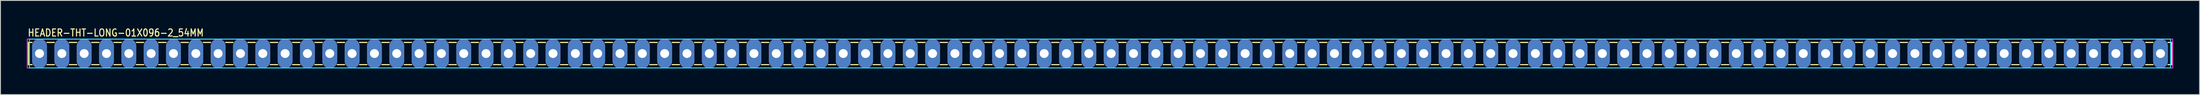
<source format=kicad_pcb>
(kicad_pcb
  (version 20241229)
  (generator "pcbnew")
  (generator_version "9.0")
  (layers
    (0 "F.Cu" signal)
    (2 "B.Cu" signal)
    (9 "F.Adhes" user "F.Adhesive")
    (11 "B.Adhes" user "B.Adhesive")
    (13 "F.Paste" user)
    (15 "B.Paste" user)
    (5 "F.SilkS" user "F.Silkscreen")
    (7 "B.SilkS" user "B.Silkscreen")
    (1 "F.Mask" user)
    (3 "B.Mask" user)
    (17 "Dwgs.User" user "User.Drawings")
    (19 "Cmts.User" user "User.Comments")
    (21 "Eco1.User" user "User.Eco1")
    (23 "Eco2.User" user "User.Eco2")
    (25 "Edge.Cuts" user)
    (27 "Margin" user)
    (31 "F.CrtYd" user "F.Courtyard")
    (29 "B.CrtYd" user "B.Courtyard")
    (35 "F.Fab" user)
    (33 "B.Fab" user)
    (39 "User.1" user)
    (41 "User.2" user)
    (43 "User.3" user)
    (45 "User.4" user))
  (footprint "HEADER-THT-LONG-01X096-2_54MM"
    (layer "F.Cu")
    (at 1.447 3.079)
    (property "Reference" "HEADER-THT-LONG-01X096-2_54MM" (at -1.4 -1.9 0) (unlocked yes) (layer "F.SilkS") (effects (font (size 0.813 0.695) (thickness 0.122)) (justify left bottom)))
    (fp_line (start -1.27 -1.27) (end -1.27 1.27) (stroke (width 0.127) (type solid)) (layer "F.SilkS"))
    (fp_line (start -1.27 1.27) (end -0.85 1.27) (stroke (width 0.127) (type solid)) (layer "F.SilkS"))
    (fp_line (start -0.85 -1.27) (end -1.27 -1.27) (stroke (width 0.127) (type solid)) (layer "F.SilkS"))
    (fp_line (start 0.85 -1.27) (end 1.69 -1.27) (stroke (width 0.127) (type solid)) (layer "F.SilkS"))
    (fp_line (start 0.85 1.27) (end 1.69 1.27) (stroke (width 0.127) (type solid)) (layer "F.SilkS"))
    (fp_line (start 3.39 -1.27) (end 4.23 -1.27) (stroke (width 0.127) (type solid)) (layer "F.SilkS"))
    (fp_line (start 3.39 1.27) (end 4.23 1.27) (stroke (width 0.127) (type solid)) (layer "F.SilkS"))
    (fp_line (start 5.93 -1.27) (end 6.77 -1.27) (stroke (width 0.127) (type solid)) (layer "F.SilkS"))
    (fp_line (start 5.93 1.27) (end 6.77 1.27) (stroke (width 0.127) (type solid)) (layer "F.SilkS"))
    (fp_line (start 8.47 -1.27) (end 9.31 -1.27) (stroke (width 0.127) (type solid)) (layer "F.SilkS"))
    (fp_line (start 8.47 1.27) (end 9.31 1.27) (stroke (width 0.127) (type solid)) (layer "F.SilkS"))
    (fp_line (start 11.01 -1.27) (end 11.85 -1.27) (stroke (width 0.127) (type solid)) (layer "F.SilkS"))
    (fp_line (start 11.01 1.27) (end 11.85 1.27) (stroke (width 0.127) (type solid)) (layer "F.SilkS"))
    (fp_line (start 13.55 -1.27) (end 14.39 -1.27) (stroke (width 0.127) (type solid)) (layer "F.SilkS"))
    (fp_line (start 13.55 1.27) (end 14.39 1.27) (stroke (width 0.127) (type solid)) (layer "F.SilkS"))
    (fp_line (start 16.09 -1.27) (end 16.93 -1.27) (stroke (width 0.127) (type solid)) (layer "F.SilkS"))
    (fp_line (start 16.09 1.27) (end 16.93 1.27) (stroke (width 0.127) (type solid)) (layer "F.SilkS"))
    (fp_line (start 18.63 -1.27) (end 19.47 -1.27) (stroke (width 0.127) (type solid)) (layer "F.SilkS"))
    (fp_line (start 18.63 1.27) (end 19.47 1.27) (stroke (width 0.127) (type solid)) (layer "F.SilkS"))
    (fp_line (start 21.17 -1.27) (end 22.01 -1.27) (stroke (width 0.127) (type solid)) (layer "F.SilkS"))
    (fp_line (start 21.17 1.27) (end 22.01 1.27) (stroke (width 0.127) (type solid)) (layer "F.SilkS"))
    (fp_line (start 23.71 -1.27) (end 24.55 -1.27) (stroke (width 0.127) (type solid)) (layer "F.SilkS"))
    (fp_line (start 23.71 1.27) (end 24.55 1.27) (stroke (width 0.127) (type solid)) (layer "F.SilkS"))
    (fp_line (start 26.25 -1.27) (end 27.09 -1.27) (stroke (width 0.127) (type solid)) (layer "F.SilkS"))
    (fp_line (start 26.25 1.27) (end 27.09 1.27) (stroke (width 0.127) (type solid)) (layer "F.SilkS"))
    (fp_line (start 28.79 -1.27) (end 29.63 -1.27) (stroke (width 0.127) (type solid)) (layer "F.SilkS"))
    (fp_line (start 28.79 1.27) (end 29.63 1.27) (stroke (width 0.127) (type solid)) (layer "F.SilkS"))
    (fp_line (start 31.33 -1.27) (end 32.17 -1.27) (stroke (width 0.127) (type solid)) (layer "F.SilkS"))
    (fp_line (start 31.33 1.27) (end 32.17 1.27) (stroke (width 0.127) (type solid)) (layer "F.SilkS"))
    (fp_line (start 33.87 -1.27) (end 34.71 -1.27) (stroke (width 0.127) (type solid)) (layer "F.SilkS"))
    (fp_line (start 33.87 1.27) (end 34.71 1.27) (stroke (width 0.127) (type solid)) (layer "F.SilkS"))
    (fp_line (start 36.41 -1.27) (end 37.25 -1.27) (stroke (width 0.127) (type solid)) (layer "F.SilkS"))
    (fp_line (start 36.41 1.27) (end 37.25 1.27) (stroke (width 0.127) (type solid)) (layer "F.SilkS"))
    (fp_line (start 38.95 -1.27) (end 39.79 -1.27) (stroke (width 0.127) (type solid)) (layer "F.SilkS"))
    (fp_line (start 38.95 1.27) (end 39.79 1.27) (stroke (width 0.127) (type solid)) (layer "F.SilkS"))
    (fp_line (start 41.49 -1.27) (end 42.33 -1.27) (stroke (width 0.127) (type solid)) (layer "F.SilkS"))
    (fp_line (start 41.49 1.27) (end 42.33 1.27) (stroke (width 0.127) (type solid)) (layer "F.SilkS"))
    (fp_line (start 44.03 -1.27) (end 44.87 -1.27) (stroke (width 0.127) (type solid)) (layer "F.SilkS"))
    (fp_line (start 44.03 1.27) (end 44.87 1.27) (stroke (width 0.127) (type solid)) (layer "F.SilkS"))
    (fp_line (start 46.57 -1.27) (end 47.41 -1.27) (stroke (width 0.127) (type solid)) (layer "F.SilkS"))
    (fp_line (start 46.57 1.27) (end 47.41 1.27) (stroke (width 0.127) (type solid)) (layer "F.SilkS"))
    (fp_line (start 49.11 -1.27) (end 49.95 -1.27) (stroke (width 0.127) (type solid)) (layer "F.SilkS"))
    (fp_line (start 49.11 1.27) (end 49.95 1.27) (stroke (width 0.127) (type solid)) (layer "F.SilkS"))
    (fp_line (start 51.65 -1.27) (end 52.49 -1.27) (stroke (width 0.127) (type solid)) (layer "F.SilkS"))
    (fp_line (start 51.65 1.27) (end 52.49 1.27) (stroke (width 0.127) (type solid)) (layer "F.SilkS"))
    (fp_line (start 54.19 -1.27) (end 55.03 -1.27) (stroke (width 0.127) (type solid)) (layer "F.SilkS"))
    (fp_line (start 54.19 1.27) (end 55.03 1.27) (stroke (width 0.127) (type solid)) (layer "F.SilkS"))
    (fp_line (start 56.73 -1.27) (end 57.57 -1.27) (stroke (width 0.127) (type solid)) (layer "F.SilkS"))
    (fp_line (start 56.73 1.27) (end 57.57 1.27) (stroke (width 0.127) (type solid)) (layer "F.SilkS"))
    (fp_line (start 59.27 -1.27) (end 60.11 -1.27) (stroke (width 0.127) (type solid)) (layer "F.SilkS"))
    (fp_line (start 59.27 1.27) (end 60.11 1.27) (stroke (width 0.127) (type solid)) (layer "F.SilkS"))
    (fp_line (start 61.81 -1.27) (end 62.65 -1.27) (stroke (width 0.127) (type solid)) (layer "F.SilkS"))
    (fp_line (start 61.81 1.27) (end 62.65 1.27) (stroke (width 0.127) (type solid)) (layer "F.SilkS"))
    (fp_line (start 64.35 -1.27) (end 65.19 -1.27) (stroke (width 0.127) (type solid)) (layer "F.SilkS"))
    (fp_line (start 64.35 1.27) (end 65.19 1.27) (stroke (width 0.127) (type solid)) (layer "F.SilkS"))
    (fp_line (start 66.89 -1.27) (end 67.73 -1.27) (stroke (width 0.127) (type solid)) (layer "F.SilkS"))
    (fp_line (start 66.89 1.27) (end 67.73 1.27) (stroke (width 0.127) (type solid)) (layer "F.SilkS"))
    (fp_line (start 69.43 -1.27) (end 70.27 -1.27) (stroke (width 0.127) (type solid)) (layer "F.SilkS"))
    (fp_line (start 69.43 1.27) (end 70.27 1.27) (stroke (width 0.127) (type solid)) (layer "F.SilkS"))
    (fp_line (start 71.97 -1.27) (end 72.81 -1.27) (stroke (width 0.127) (type solid)) (layer "F.SilkS"))
    (fp_line (start 71.97 1.27) (end 72.81 1.27) (stroke (width 0.127) (type solid)) (layer "F.SilkS"))
    (fp_line (start 74.51 -1.27) (end 75.35 -1.27) (stroke (width 0.127) (type solid)) (layer "F.SilkS"))
    (fp_line (start 74.51 1.27) (end 75.35 1.27) (stroke (width 0.127) (type solid)) (layer "F.SilkS"))
    (fp_line (start 77.05 -1.27) (end 77.89 -1.27) (stroke (width 0.127) (type solid)) (layer "F.SilkS"))
    (fp_line (start 77.05 1.27) (end 77.89 1.27) (stroke (width 0.127) (type solid)) (layer "F.SilkS"))
    (fp_line (start 79.59 -1.27) (end 80.43 -1.27) (stroke (width 0.127) (type solid)) (layer "F.SilkS"))
    (fp_line (start 79.59 1.27) (end 80.43 1.27) (stroke (width 0.127) (type solid)) (layer "F.SilkS"))
    (fp_line (start 82.13 -1.27) (end 82.97 -1.27) (stroke (width 0.127) (type solid)) (layer "F.SilkS"))
    (fp_line (start 82.13 1.27) (end 82.97 1.27) (stroke (width 0.127) (type solid)) (layer "F.SilkS"))
    (fp_line (start 84.67 -1.27) (end 85.51 -1.27) (stroke (width 0.127) (type solid)) (layer "F.SilkS"))
    (fp_line (start 84.67 1.27) (end 85.51 1.27) (stroke (width 0.127) (type solid)) (layer "F.SilkS"))
    (fp_line (start 87.21 -1.27) (end 88.05 -1.27) (stroke (width 0.127) (type solid)) (layer "F.SilkS"))
    (fp_line (start 87.21 1.27) (end 88.05 1.27) (stroke (width 0.127) (type solid)) (layer "F.SilkS"))
    (fp_line (start 89.75 -1.27) (end 90.59 -1.27) (stroke (width 0.127) (type solid)) (layer "F.SilkS"))
    (fp_line (start 89.75 1.27) (end 90.59 1.27) (stroke (width 0.127) (type solid)) (layer "F.SilkS"))
    (fp_line (start 92.29 -1.27) (end 93.13 -1.27) (stroke (width 0.127) (type solid)) (layer "F.SilkS"))
    (fp_line (start 92.29 1.27) (end 93.13 1.27) (stroke (width 0.127) (type solid)) (layer "F.SilkS"))
    (fp_line (start 94.83 -1.27) (end 95.67 -1.27) (stroke (width 0.127) (type solid)) (layer "F.SilkS"))
    (fp_line (start 94.83 1.27) (end 95.67 1.27) (stroke (width 0.127) (type solid)) (layer "F.SilkS"))
    (fp_line (start 97.37 -1.27) (end 98.21 -1.27) (stroke (width 0.127) (type solid)) (layer "F.SilkS"))
    (fp_line (start 97.37 1.27) (end 98.21 1.27) (stroke (width 0.127) (type solid)) (layer "F.SilkS"))
    (fp_line (start 99.91 -1.27) (end 100.75 -1.27) (stroke (width 0.127) (type solid)) (layer "F.SilkS"))
    (fp_line (start 99.91 1.27) (end 100.75 1.27) (stroke (width 0.127) (type solid)) (layer "F.SilkS"))
    (fp_line (start 102.45 -1.27) (end 103.29 -1.27) (stroke (width 0.127) (type solid)) (layer "F.SilkS"))
    (fp_line (start 102.45 1.27) (end 103.29 1.27) (stroke (width 0.127) (type solid)) (layer "F.SilkS"))
    (fp_line (start 104.99 -1.27) (end 105.83 -1.27) (stroke (width 0.127) (type solid)) (layer "F.SilkS"))
    (fp_line (start 104.99 1.27) (end 105.83 1.27) (stroke (width 0.127) (type solid)) (layer "F.SilkS"))
    (fp_line (start 107.53 -1.27) (end 108.37 -1.27) (stroke (width 0.127) (type solid)) (layer "F.SilkS"))
    (fp_line (start 107.53 1.27) (end 108.37 1.27) (stroke (width 0.127) (type solid)) (layer "F.SilkS"))
    (fp_line (start 110.07 -1.27) (end 110.91 -1.27) (stroke (width 0.127) (type solid)) (layer "F.SilkS"))
    (fp_line (start 110.07 1.27) (end 110.91 1.27) (stroke (width 0.127) (type solid)) (layer "F.SilkS"))
    (fp_line (start 112.61 -1.27) (end 113.45 -1.27) (stroke (width 0.127) (type solid)) (layer "F.SilkS"))
    (fp_line (start 112.61 1.27) (end 113.45 1.27) (stroke (width 0.127) (type solid)) (layer "F.SilkS"))
    (fp_line (start 115.15 -1.27) (end 115.99 -1.27) (stroke (width 0.127) (type solid)) (layer "F.SilkS"))
    (fp_line (start 115.15 1.27) (end 115.99 1.27) (stroke (width 0.127) (type solid)) (layer "F.SilkS"))
    (fp_line (start 117.69 -1.27) (end 118.53 -1.27) (stroke (width 0.127) (type solid)) (layer "F.SilkS"))
    (fp_line (start 117.69 1.27) (end 118.53 1.27) (stroke (width 0.127) (type solid)) (layer "F.SilkS"))
    (fp_line (start 120.23 -1.27) (end 121.07 -1.27) (stroke (width 0.127) (type solid)) (layer "F.SilkS"))
    (fp_line (start 120.23 1.27) (end 121.07 1.27) (stroke (width 0.127) (type solid)) (layer "F.SilkS"))
    (fp_line (start 122.77 -1.27) (end 123.61 -1.27) (stroke (width 0.127) (type solid)) (layer "F.SilkS"))
    (fp_line (start 122.77 1.27) (end 123.61 1.27) (stroke (width 0.127) (type solid)) (layer "F.SilkS"))
    (fp_line (start 125.31 -1.27) (end 126.15 -1.27) (stroke (width 0.127) (type solid)) (layer "F.SilkS"))
    (fp_line (start 125.31 1.27) (end 126.15 1.27) (stroke (width 0.127) (type solid)) (layer "F.SilkS"))
    (fp_line (start 127.85 -1.27) (end 128.69 -1.27) (stroke (width 0.127) (type solid)) (layer "F.SilkS"))
    (fp_line (start 127.85 1.27) (end 128.69 1.27) (stroke (width 0.127) (type solid)) (layer "F.SilkS"))
    (fp_line (start 130.39 -1.27) (end 131.23 -1.27) (stroke (width 0.127) (type solid)) (layer "F.SilkS"))
    (fp_line (start 130.39 1.27) (end 131.23 1.27) (stroke (width 0.127) (type solid)) (layer "F.SilkS"))
    (fp_line (start 132.93 -1.27) (end 133.77 -1.27) (stroke (width 0.127) (type solid)) (layer "F.SilkS"))
    (fp_line (start 132.93 1.27) (end 133.77 1.27) (stroke (width 0.127) (type solid)) (layer "F.SilkS"))
    (fp_line (start 135.47 -1.27) (end 136.31 -1.27) (stroke (width 0.127) (type solid)) (layer "F.SilkS"))
    (fp_line (start 135.47 1.27) (end 136.31 1.27) (stroke (width 0.127) (type solid)) (layer "F.SilkS"))
    (fp_line (start 138.01 -1.27) (end 138.85 -1.27) (stroke (width 0.127) (type solid)) (layer "F.SilkS"))
    (fp_line (start 138.01 1.27) (end 138.85 1.27) (stroke (width 0.127) (type solid)) (layer "F.SilkS"))
    (fp_line (start 140.55 -1.27) (end 141.39 -1.27) (stroke (width 0.127) (type solid)) (layer "F.SilkS"))
    (fp_line (start 140.55 1.27) (end 141.39 1.27) (stroke (width 0.127) (type solid)) (layer "F.SilkS"))
    (fp_line (start 143.09 -1.27) (end 143.93 -1.27) (stroke (width 0.127) (type solid)) (layer "F.SilkS"))
    (fp_line (start 143.09 1.27) (end 143.93 1.27) (stroke (width 0.127) (type solid)) (layer "F.SilkS"))
    (fp_line (start 145.63 -1.27) (end 146.47 -1.27) (stroke (width 0.127) (type solid)) (layer "F.SilkS"))
    (fp_line (start 145.63 1.27) (end 146.47 1.27) (stroke (width 0.127) (type solid)) (layer "F.SilkS"))
    (fp_line (start 148.17 -1.27) (end 149.01 -1.27) (stroke (width 0.127) (type solid)) (layer "F.SilkS"))
    (fp_line (start 148.17 1.27) (end 149.01 1.27) (stroke (width 0.127) (type solid)) (layer "F.SilkS"))
    (fp_line (start 150.71 -1.27) (end 151.55 -1.27) (stroke (width 0.127) (type solid)) (layer "F.SilkS"))
    (fp_line (start 150.71 1.27) (end 151.55 1.27) (stroke (width 0.127) (type solid)) (layer "F.SilkS"))
    (fp_line (start 153.25 -1.27) (end 154.09 -1.27) (stroke (width 0.127) (type solid)) (layer "F.SilkS"))
    (fp_line (start 153.25 1.27) (end 154.09 1.27) (stroke (width 0.127) (type solid)) (layer "F.SilkS"))
    (fp_line (start 155.79 -1.27) (end 156.63 -1.27) (stroke (width 0.127) (type solid)) (layer "F.SilkS"))
    (fp_line (start 155.79 1.27) (end 156.63 1.27) (stroke (width 0.127) (type solid)) (layer "F.SilkS"))
    (fp_line (start 158.33 -1.27) (end 159.17 -1.27) (stroke (width 0.127) (type solid)) (layer "F.SilkS"))
    (fp_line (start 158.33 1.27) (end 159.17 1.27) (stroke (width 0.127) (type solid)) (layer "F.SilkS"))
    (fp_line (start 160.87 -1.27) (end 161.71 -1.27) (stroke (width 0.127) (type solid)) (layer "F.SilkS"))
    (fp_line (start 160.87 1.27) (end 161.71 1.27) (stroke (width 0.127) (type solid)) (layer "F.SilkS"))
    (fp_line (start 163.41 -1.27) (end 164.25 -1.27) (stroke (width 0.127) (type solid)) (layer "F.SilkS"))
    (fp_line (start 163.41 1.27) (end 164.25 1.27) (stroke (width 0.127) (type solid)) (layer "F.SilkS"))
    (fp_line (start 165.95 -1.27) (end 166.79 -1.27) (stroke (width 0.127) (type solid)) (layer "F.SilkS"))
    (fp_line (start 165.95 1.27) (end 166.79 1.27) (stroke (width 0.127) (type solid)) (layer "F.SilkS"))
    (fp_line (start 168.49 -1.27) (end 169.33 -1.27) (stroke (width 0.127) (type solid)) (layer "F.SilkS"))
    (fp_line (start 168.49 1.27) (end 169.33 1.27) (stroke (width 0.127) (type solid)) (layer "F.SilkS"))
    (fp_line (start 171.03 -1.27) (end 171.87 -1.27) (stroke (width 0.127) (type solid)) (layer "F.SilkS"))
    (fp_line (start 171.03 1.27) (end 171.87 1.27) (stroke (width 0.127) (type solid)) (layer "F.SilkS"))
    (fp_line (start 173.57 -1.27) (end 174.41 -1.27) (stroke (width 0.127) (type solid)) (layer "F.SilkS"))
    (fp_line (start 173.57 1.27) (end 174.41 1.27) (stroke (width 0.127) (type solid)) (layer "F.SilkS"))
    (fp_line (start 176.11 -1.27) (end 176.95 -1.27) (stroke (width 0.127) (type solid)) (layer "F.SilkS"))
    (fp_line (start 176.11 1.27) (end 176.95 1.27) (stroke (width 0.127) (type solid)) (layer "F.SilkS"))
    (fp_line (start 178.65 -1.27) (end 179.49 -1.27) (stroke (width 0.127) (type solid)) (layer "F.SilkS"))
    (fp_line (start 178.65 1.27) (end 179.49 1.27) (stroke (width 0.127) (type solid)) (layer "F.SilkS"))
    (fp_line (start 181.19 -1.27) (end 182.03 -1.27) (stroke (width 0.127) (type solid)) (layer "F.SilkS"))
    (fp_line (start 181.19 1.27) (end 182.03 1.27) (stroke (width 0.127) (type solid)) (layer "F.SilkS"))
    (fp_line (start 183.73 -1.27) (end 184.57 -1.27) (stroke (width 0.127) (type solid)) (layer "F.SilkS"))
    (fp_line (start 183.73 1.27) (end 184.57 1.27) (stroke (width 0.127) (type solid)) (layer "F.SilkS"))
    (fp_line (start 186.27 -1.27) (end 187.11 -1.27) (stroke (width 0.127) (type solid)) (layer "F.SilkS"))
    (fp_line (start 186.27 1.27) (end 187.11 1.27) (stroke (width 0.127) (type solid)) (layer "F.SilkS"))
    (fp_line (start 188.81 -1.27) (end 189.65 -1.27) (stroke (width 0.127) (type solid)) (layer "F.SilkS"))
    (fp_line (start 188.81 1.27) (end 189.65 1.27) (stroke (width 0.127) (type solid)) (layer "F.SilkS"))
    (fp_line (start 191.35 -1.27) (end 192.19 -1.27) (stroke (width 0.127) (type solid)) (layer "F.SilkS"))
    (fp_line (start 191.35 1.27) (end 192.19 1.27) (stroke (width 0.127) (type solid)) (layer "F.SilkS"))
    (fp_line (start 193.89 -1.27) (end 194.73 -1.27) (stroke (width 0.127) (type solid)) (layer "F.SilkS"))
    (fp_line (start 193.89 1.27) (end 194.73 1.27) (stroke (width 0.127) (type solid)) (layer "F.SilkS"))
    (fp_line (start 196.43 -1.27) (end 197.27 -1.27) (stroke (width 0.127) (type solid)) (layer "F.SilkS"))
    (fp_line (start 196.43 1.27) (end 197.27 1.27) (stroke (width 0.127) (type solid)) (layer "F.SilkS"))
    (fp_line (start 198.97 -1.27) (end 199.81 -1.27) (stroke (width 0.127) (type solid)) (layer "F.SilkS"))
    (fp_line (start 198.97 1.27) (end 199.81 1.27) (stroke (width 0.127) (type solid)) (layer "F.SilkS"))
    (fp_line (start 201.51 -1.27) (end 202.35 -1.27) (stroke (width 0.127) (type solid)) (layer "F.SilkS"))
    (fp_line (start 201.51 1.27) (end 202.35 1.27) (stroke (width 0.127) (type solid)) (layer "F.SilkS"))
    (fp_line (start 204.05 -1.27) (end 204.89 -1.27) (stroke (width 0.127) (type solid)) (layer "F.SilkS"))
    (fp_line (start 204.05 1.27) (end 204.89 1.27) (stroke (width 0.127) (type solid)) (layer "F.SilkS"))
    (fp_line (start 206.59 -1.27) (end 207.43 -1.27) (stroke (width 0.127) (type solid)) (layer "F.SilkS"))
    (fp_line (start 206.59 1.27) (end 207.43 1.27) (stroke (width 0.127) (type solid)) (layer "F.SilkS"))
    (fp_line (start 209.13 -1.27) (end 209.97 -1.27) (stroke (width 0.127) (type solid)) (layer "F.SilkS"))
    (fp_line (start 209.13 1.27) (end 209.97 1.27) (stroke (width 0.127) (type solid)) (layer "F.SilkS"))
    (fp_line (start 211.67 -1.27) (end 212.51 -1.27) (stroke (width 0.127) (type solid)) (layer "F.SilkS"))
    (fp_line (start 211.67 1.27) (end 212.51 1.27) (stroke (width 0.127) (type solid)) (layer "F.SilkS"))
    (fp_line (start 214.21 -1.27) (end 215.05 -1.27) (stroke (width 0.127) (type solid)) (layer "F.SilkS"))
    (fp_line (start 214.21 1.27) (end 215.05 1.27) (stroke (width 0.127) (type solid)) (layer "F.SilkS"))
    (fp_line (start 216.75 -1.27) (end 217.59 -1.27) (stroke (width 0.127) (type solid)) (layer "F.SilkS"))
    (fp_line (start 216.75 1.27) (end 217.59 1.27) (stroke (width 0.127) (type solid)) (layer "F.SilkS"))
    (fp_line (start 219.29 -1.27) (end 220.13 -1.27) (stroke (width 0.127) (type solid)) (layer "F.SilkS"))
    (fp_line (start 219.29 1.27) (end 220.13 1.27) (stroke (width 0.127) (type solid)) (layer "F.SilkS"))
    (fp_line (start 221.83 -1.27) (end 222.67 -1.27) (stroke (width 0.127) (type solid)) (layer "F.SilkS"))
    (fp_line (start 221.83 1.27) (end 222.67 1.27) (stroke (width 0.127) (type solid)) (layer "F.SilkS"))
    (fp_line (start 224.37 -1.27) (end 225.21 -1.27) (stroke (width 0.127) (type solid)) (layer "F.SilkS"))
    (fp_line (start 224.37 1.27) (end 225.21 1.27) (stroke (width 0.127) (type solid)) (layer "F.SilkS"))
    (fp_line (start 226.91 -1.27) (end 227.75 -1.27) (stroke (width 0.127) (type solid)) (layer "F.SilkS"))
    (fp_line (start 226.91 1.27) (end 227.75 1.27) (stroke (width 0.127) (type solid)) (layer "F.SilkS"))
    (fp_line (start 229.45 -1.27) (end 230.29 -1.27) (stroke (width 0.127) (type solid)) (layer "F.SilkS"))
    (fp_line (start 229.45 1.27) (end 230.29 1.27) (stroke (width 0.127) (type solid)) (layer "F.SilkS"))
    (fp_line (start 231.99 -1.27) (end 232.83 -1.27) (stroke (width 0.127) (type solid)) (layer "F.SilkS"))
    (fp_line (start 231.99 1.27) (end 232.83 1.27) (stroke (width 0.127) (type solid)) (layer "F.SilkS"))
    (fp_line (start 234.53 -1.27) (end 235.37 -1.27) (stroke (width 0.127) (type solid)) (layer "F.SilkS"))
    (fp_line (start 234.53 1.27) (end 235.37 1.27) (stroke (width 0.127) (type solid)) (layer "F.SilkS"))
    (fp_line (start 237.07 -1.27) (end 237.91 -1.27) (stroke (width 0.127) (type solid)) (layer "F.SilkS"))
    (fp_line (start 237.07 1.27) (end 237.91 1.27) (stroke (width 0.127) (type solid)) (layer "F.SilkS"))
    (fp_line (start 239.61 -1.27) (end 240.45 -1.27) (stroke (width 0.127) (type solid)) (layer "F.SilkS"))
    (fp_line (start 239.61 1.27) (end 240.45 1.27) (stroke (width 0.127) (type solid)) (layer "F.SilkS"))
    (fp_line (start 242.15 -1.27) (end 242.57 -1.27) (stroke (width 0.127) (type solid)) (layer "F.SilkS"))
    (fp_line (start 242.57 -1.27) (end 242.57 1.27) (stroke (width 0.127) (type solid)) (layer "F.SilkS"))
    (fp_line (start 242.57 1.27) (end 242.15 1.27) (stroke (width 0.127) (type solid)) (layer "F.SilkS"))
    (fp_poly (pts (xy -1.143 -1.651) (xy 242.443 -1.651) (xy 242.443 1.651) (xy -1.143 1.651)) (stroke (width 0.1) (type solid)) (fill no) (layer "B.CrtYd"))
    (fp_poly (pts (xy -1.397 -1.651) (xy 242.697 -1.651) (xy 242.697 1.651) (xy -1.397 1.651)) (stroke (width 0.1) (type solid)) (fill no) (layer "F.CrtYd"))
    (pad "1" thru_hole oval (at 0 0 90) (size 3.387 1.693) (drill 1.016) (layers "*.Cu" "*.Mask"))
    (pad "2" thru_hole oval (at 2.54 0 90) (size 3.387 1.693) (drill 1.016) (layers "*.Cu" "*.Mask"))
    (pad "3" thru_hole oval (at 5.08 0 90) (size 3.387 1.693) (drill 1.016) (layers "*.Cu" "*.Mask"))
    (pad "4" thru_hole oval (at 7.62 0 90) (size 3.387 1.693) (drill 1.016) (layers "*.Cu" "*.Mask"))
    (pad "5" thru_hole oval (at 10.16 0 90) (size 3.387 1.693) (drill 1.016) (layers "*.Cu" "*.Mask"))
    (pad "6" thru_hole oval (at 12.7 0 90) (size 3.387 1.693) (drill 1.016) (layers "*.Cu" "*.Mask"))
    (pad "7" thru_hole oval (at 15.24 0 90) (size 3.387 1.693) (drill 1.016) (layers "*.Cu" "*.Mask"))
    (pad "8" thru_hole oval (at 17.78 0 90) (size 3.387 1.693) (drill 1.016) (layers "*.Cu" "*.Mask"))
    (pad "9" thru_hole oval (at 20.32 0 90) (size 3.387 1.693) (drill 1.016) (layers "*.Cu" "*.Mask"))
    (pad "10" thru_hole oval (at 22.86 0 90) (size 3.387 1.693) (drill 1.016) (layers "*.Cu" "*.Mask"))
    (pad "11" thru_hole oval (at 25.4 0 90) (size 3.387 1.693) (drill 1.016) (layers "*.Cu" "*.Mask"))
    (pad "12" thru_hole oval (at 27.94 0 90) (size 3.387 1.693) (drill 1.016) (layers "*.Cu" "*.Mask"))
    (pad "13" thru_hole oval (at 30.48 0 90) (size 3.387 1.693) (drill 1.016) (layers "*.Cu" "*.Mask"))
    (pad "14" thru_hole oval (at 33.02 0 90) (size 3.387 1.693) (drill 1.016) (layers "*.Cu" "*.Mask"))
    (pad "15" thru_hole oval (at 35.56 0 90) (size 3.387 1.693) (drill 1.016) (layers "*.Cu" "*.Mask"))
    (pad "16" thru_hole oval (at 38.1 0 90) (size 3.387 1.693) (drill 1.016) (layers "*.Cu" "*.Mask"))
    (pad "17" thru_hole oval (at 40.64 0 90) (size 3.387 1.693) (drill 1.016) (layers "*.Cu" "*.Mask"))
    (pad "18" thru_hole oval (at 43.18 0 90) (size 3.387 1.693) (drill 1.016) (layers "*.Cu" "*.Mask"))
    (pad "19" thru_hole oval (at 45.72 0 90) (size 3.387 1.693) (drill 1.016) (layers "*.Cu" "*.Mask"))
    (pad "20" thru_hole oval (at 48.26 0 90) (size 3.387 1.693) (drill 1.016) (layers "*.Cu" "*.Mask"))
    (pad "21" thru_hole oval (at 50.8 0 90) (size 3.387 1.693) (drill 1.016) (layers "*.Cu" "*.Mask"))
    (pad "22" thru_hole oval (at 53.34 0 90) (size 3.387 1.693) (drill 1.016) (layers "*.Cu" "*.Mask"))
    (pad "23" thru_hole oval (at 55.88 0 90) (size 3.387 1.693) (drill 1.016) (layers "*.Cu" "*.Mask"))
    (pad "24" thru_hole oval (at 58.42 0 90) (size 3.387 1.693) (drill 1.016) (layers "*.Cu" "*.Mask"))
    (pad "25" thru_hole oval (at 60.96 0 90) (size 3.387 1.693) (drill 1.016) (layers "*.Cu" "*.Mask"))
    (pad "26" thru_hole oval (at 63.5 0 90) (size 3.387 1.693) (drill 1.016) (layers "*.Cu" "*.Mask"))
    (pad "27" thru_hole oval (at 66.04 0 90) (size 3.387 1.693) (drill 1.016) (layers "*.Cu" "*.Mask"))
    (pad "28" thru_hole oval (at 68.58 0 90) (size 3.387 1.693) (drill 1.016) (layers "*.Cu" "*.Mask"))
    (pad "29" thru_hole oval (at 71.12 0 90) (size 3.387 1.693) (drill 1.016) (layers "*.Cu" "*.Mask"))
    (pad "30" thru_hole oval (at 73.66 0 90) (size 3.387 1.693) (drill 1.016) (layers "*.Cu" "*.Mask"))
    (pad "31" thru_hole oval (at 76.2 0 90) (size 3.387 1.693) (drill 1.016) (layers "*.Cu" "*.Mask"))
    (pad "32" thru_hole oval (at 78.74 0 90) (size 3.387 1.693) (drill 1.016) (layers "*.Cu" "*.Mask"))
    (pad "33" thru_hole oval (at 81.28 0 90) (size 3.387 1.693) (drill 1.016) (layers "*.Cu" "*.Mask"))
    (pad "34" thru_hole oval (at 83.82 0 90) (size 3.387 1.693) (drill 1.016) (layers "*.Cu" "*.Mask"))
    (pad "35" thru_hole oval (at 86.36 0 90) (size 3.387 1.693) (drill 1.016) (layers "*.Cu" "*.Mask"))
    (pad "36" thru_hole oval (at 88.9 0 90) (size 3.387 1.693) (drill 1.016) (layers "*.Cu" "*.Mask"))
    (pad "37" thru_hole oval (at 91.44 0 90) (size 3.387 1.693) (drill 1.016) (layers "*.Cu" "*.Mask"))
    (pad "38" thru_hole oval (at 93.98 0 90) (size 3.387 1.693) (drill 1.016) (layers "*.Cu" "*.Mask"))
    (pad "39" thru_hole oval (at 96.52 0 90) (size 3.387 1.693) (drill 1.016) (layers "*.Cu" "*.Mask"))
    (pad "40" thru_hole oval (at 99.06 0 90) (size 3.387 1.693) (drill 1.016) (layers "*.Cu" "*.Mask"))
    (pad "41" thru_hole oval (at 101.6 0 90) (size 3.387 1.693) (drill 1.016) (layers "*.Cu" "*.Mask"))
    (pad "42" thru_hole oval (at 104.14 0 90) (size 3.387 1.693) (drill 1.016) (layers "*.Cu" "*.Mask"))
    (pad "43" thru_hole oval (at 106.68 0 90) (size 3.387 1.693) (drill 1.016) (layers "*.Cu" "*.Mask"))
    (pad "44" thru_hole oval (at 109.22 0 90) (size 3.387 1.693) (drill 1.016) (layers "*.Cu" "*.Mask"))
    (pad "45" thru_hole oval (at 111.76 0 90) (size 3.387 1.693) (drill 1.016) (layers "*.Cu" "*.Mask"))
    (pad "46" thru_hole oval (at 114.3 0 90) (size 3.387 1.693) (drill 1.016) (layers "*.Cu" "*.Mask"))
    (pad "47" thru_hole oval (at 116.84 0 90) (size 3.387 1.693) (drill 1.016) (layers "*.Cu" "*.Mask"))
    (pad "48" thru_hole oval (at 119.38 0 90) (size 3.387 1.693) (drill 1.016) (layers "*.Cu" "*.Mask"))
    (pad "49" thru_hole oval (at 121.92 0 90) (size 3.387 1.693) (drill 1.016) (layers "*.Cu" "*.Mask"))
    (pad "50" thru_hole oval (at 124.46 0 90) (size 3.387 1.693) (drill 1.016) (layers "*.Cu" "*.Mask"))
    (pad "51" thru_hole oval (at 127 0 90) (size 3.387 1.693) (drill 1.016) (layers "*.Cu" "*.Mask"))
    (pad "52" thru_hole oval (at 129.54 0 90) (size 3.387 1.693) (drill 1.016) (layers "*.Cu" "*.Mask"))
    (pad "53" thru_hole oval (at 132.08 0 90) (size 3.387 1.693) (drill 1.016) (layers "*.Cu" "*.Mask"))
    (pad "54" thru_hole oval (at 134.62 0 90) (size 3.387 1.693) (drill 1.016) (layers "*.Cu" "*.Mask"))
    (pad "55" thru_hole oval (at 137.16 0 90) (size 3.387 1.693) (drill 1.016) (layers "*.Cu" "*.Mask"))
    (pad "56" thru_hole oval (at 139.7 0 90) (size 3.387 1.693) (drill 1.016) (layers "*.Cu" "*.Mask"))
    (pad "57" thru_hole oval (at 142.24 0 90) (size 3.387 1.693) (drill 1.016) (layers "*.Cu" "*.Mask"))
    (pad "58" thru_hole oval (at 144.78 0 90) (size 3.387 1.693) (drill 1.016) (layers "*.Cu" "*.Mask"))
    (pad "59" thru_hole oval (at 147.32 0 90) (size 3.387 1.693) (drill 1.016) (layers "*.Cu" "*.Mask"))
    (pad "60" thru_hole oval (at 149.86 0 90) (size 3.387 1.693) (drill 1.016) (layers "*.Cu" "*.Mask"))
    (pad "61" thru_hole oval (at 152.4 0 90) (size 3.387 1.693) (drill 1.016) (layers "*.Cu" "*.Mask"))
    (pad "62" thru_hole oval (at 154.94 0 90) (size 3.387 1.693) (drill 1.016) (layers "*.Cu" "*.Mask"))
    (pad "63" thru_hole oval (at 157.48 0 90) (size 3.387 1.693) (drill 1.016) (layers "*.Cu" "*.Mask"))
    (pad "64" thru_hole oval (at 160.02 0 90) (size 3.387 1.693) (drill 1.016) (layers "*.Cu" "*.Mask"))
    (pad "65" thru_hole oval (at 162.56 0 90) (size 3.387 1.693) (drill 1.016) (layers "*.Cu" "*.Mask"))
    (pad "66" thru_hole oval (at 165.1 0 90) (size 3.387 1.693) (drill 1.016) (layers "*.Cu" "*.Mask"))
    (pad "67" thru_hole oval (at 167.64 0 90) (size 3.387 1.693) (drill 1.016) (layers "*.Cu" "*.Mask"))
    (pad "68" thru_hole oval (at 170.18 0 90) (size 3.387 1.693) (drill 1.016) (layers "*.Cu" "*.Mask"))
    (pad "69" thru_hole oval (at 172.72 0 90) (size 3.387 1.693) (drill 1.016) (layers "*.Cu" "*.Mask"))
    (pad "70" thru_hole oval (at 175.26 0 90) (size 3.387 1.693) (drill 1.016) (layers "*.Cu" "*.Mask"))
    (pad "71" thru_hole oval (at 177.8 0 90) (size 3.387 1.693) (drill 1.016) (layers "*.Cu" "*.Mask"))
    (pad "72" thru_hole oval (at 180.34 0 90) (size 3.387 1.693) (drill 1.016) (layers "*.Cu" "*.Mask"))
    (pad "73" thru_hole oval (at 182.88 0 90) (size 3.387 1.693) (drill 1.016) (layers "*.Cu" "*.Mask"))
    (pad "74" thru_hole oval (at 185.42 0 90) (size 3.387 1.693) (drill 1.016) (layers "*.Cu" "*.Mask"))
    (pad "75" thru_hole oval (at 187.96 0 90) (size 3.387 1.693) (drill 1.016) (layers "*.Cu" "*.Mask"))
    (pad "76" thru_hole oval (at 190.5 0 90) (size 3.387 1.693) (drill 1.016) (layers "*.Cu" "*.Mask"))
    (pad "77" thru_hole oval (at 193.04 0 90) (size 3.387 1.693) (drill 1.016) (layers "*.Cu" "*.Mask"))
    (pad "78" thru_hole oval (at 195.58 0 90) (size 3.387 1.693) (drill 1.016) (layers "*.Cu" "*.Mask"))
    (pad "79" thru_hole oval (at 198.12 0 90) (size 3.387 1.693) (drill 1.016) (layers "*.Cu" "*.Mask"))
    (pad "80" thru_hole oval (at 200.66 0 90) (size 3.387 1.693) (drill 1.016) (layers "*.Cu" "*.Mask"))
    (pad "81" thru_hole oval (at 203.2 0 90) (size 3.387 1.693) (drill 1.016) (layers "*.Cu" "*.Mask"))
    (pad "82" thru_hole oval (at 205.74 0 90) (size 3.387 1.693) (drill 1.016) (layers "*.Cu" "*.Mask"))
    (pad "83" thru_hole oval (at 208.28 0 90) (size 3.387 1.693) (drill 1.016) (layers "*.Cu" "*.Mask"))
    (pad "84" thru_hole oval (at 210.82 0 90) (size 3.387 1.693) (drill 1.016) (layers "*.Cu" "*.Mask"))
    (pad "85" thru_hole oval (at 213.36 0 90) (size 3.387 1.693) (drill 1.016) (layers "*.Cu" "*.Mask"))
    (pad "86" thru_hole oval (at 215.9 0 90) (size 3.387 1.693) (drill 1.016) (layers "*.Cu" "*.Mask"))
    (pad "87" thru_hole oval (at 218.44 0 90) (size 3.387 1.693) (drill 1.016) (layers "*.Cu" "*.Mask"))
    (pad "88" thru_hole oval (at 220.98 0 90) (size 3.387 1.693) (drill 1.016) (layers "*.Cu" "*.Mask"))
    (pad "89" thru_hole oval (at 223.52 0 90) (size 3.387 1.693) (drill 1.016) (layers "*.Cu" "*.Mask"))
    (pad "90" thru_hole oval (at 226.06 0 90) (size 3.387 1.693) (drill 1.016) (layers "*.Cu" "*.Mask"))
    (pad "91" thru_hole oval (at 228.6 0 90) (size 3.387 1.693) (drill 1.016) (layers "*.Cu" "*.Mask"))
    (pad "92" thru_hole oval (at 231.14 0 90) (size 3.387 1.693) (drill 1.016) (layers "*.Cu" "*.Mask"))
    (pad "93" thru_hole oval (at 233.68 0 90) (size 3.387 1.693) (drill 1.016) (layers "*.Cu" "*.Mask"))
    (pad "94" thru_hole oval (at 236.22 0 90) (size 3.387 1.693) (drill 1.016) (layers "*.Cu" "*.Mask"))
    (pad "95" thru_hole oval (at 238.76 0 90) (size 3.387 1.693) (drill 1.016) (layers "*.Cu" "*.Mask"))
    (pad "96" thru_hole oval (at 241.3 0 90) (size 3.387 1.693) (drill 1.016) (layers "*.Cu" "*.Mask")))
  (gr_rect
    (start -3 -3)
    (end 247.194 7.78)
    (stroke (width 0.1) (type default))
    (fill no)
    (layer "Edge.Cuts")))
</source>
